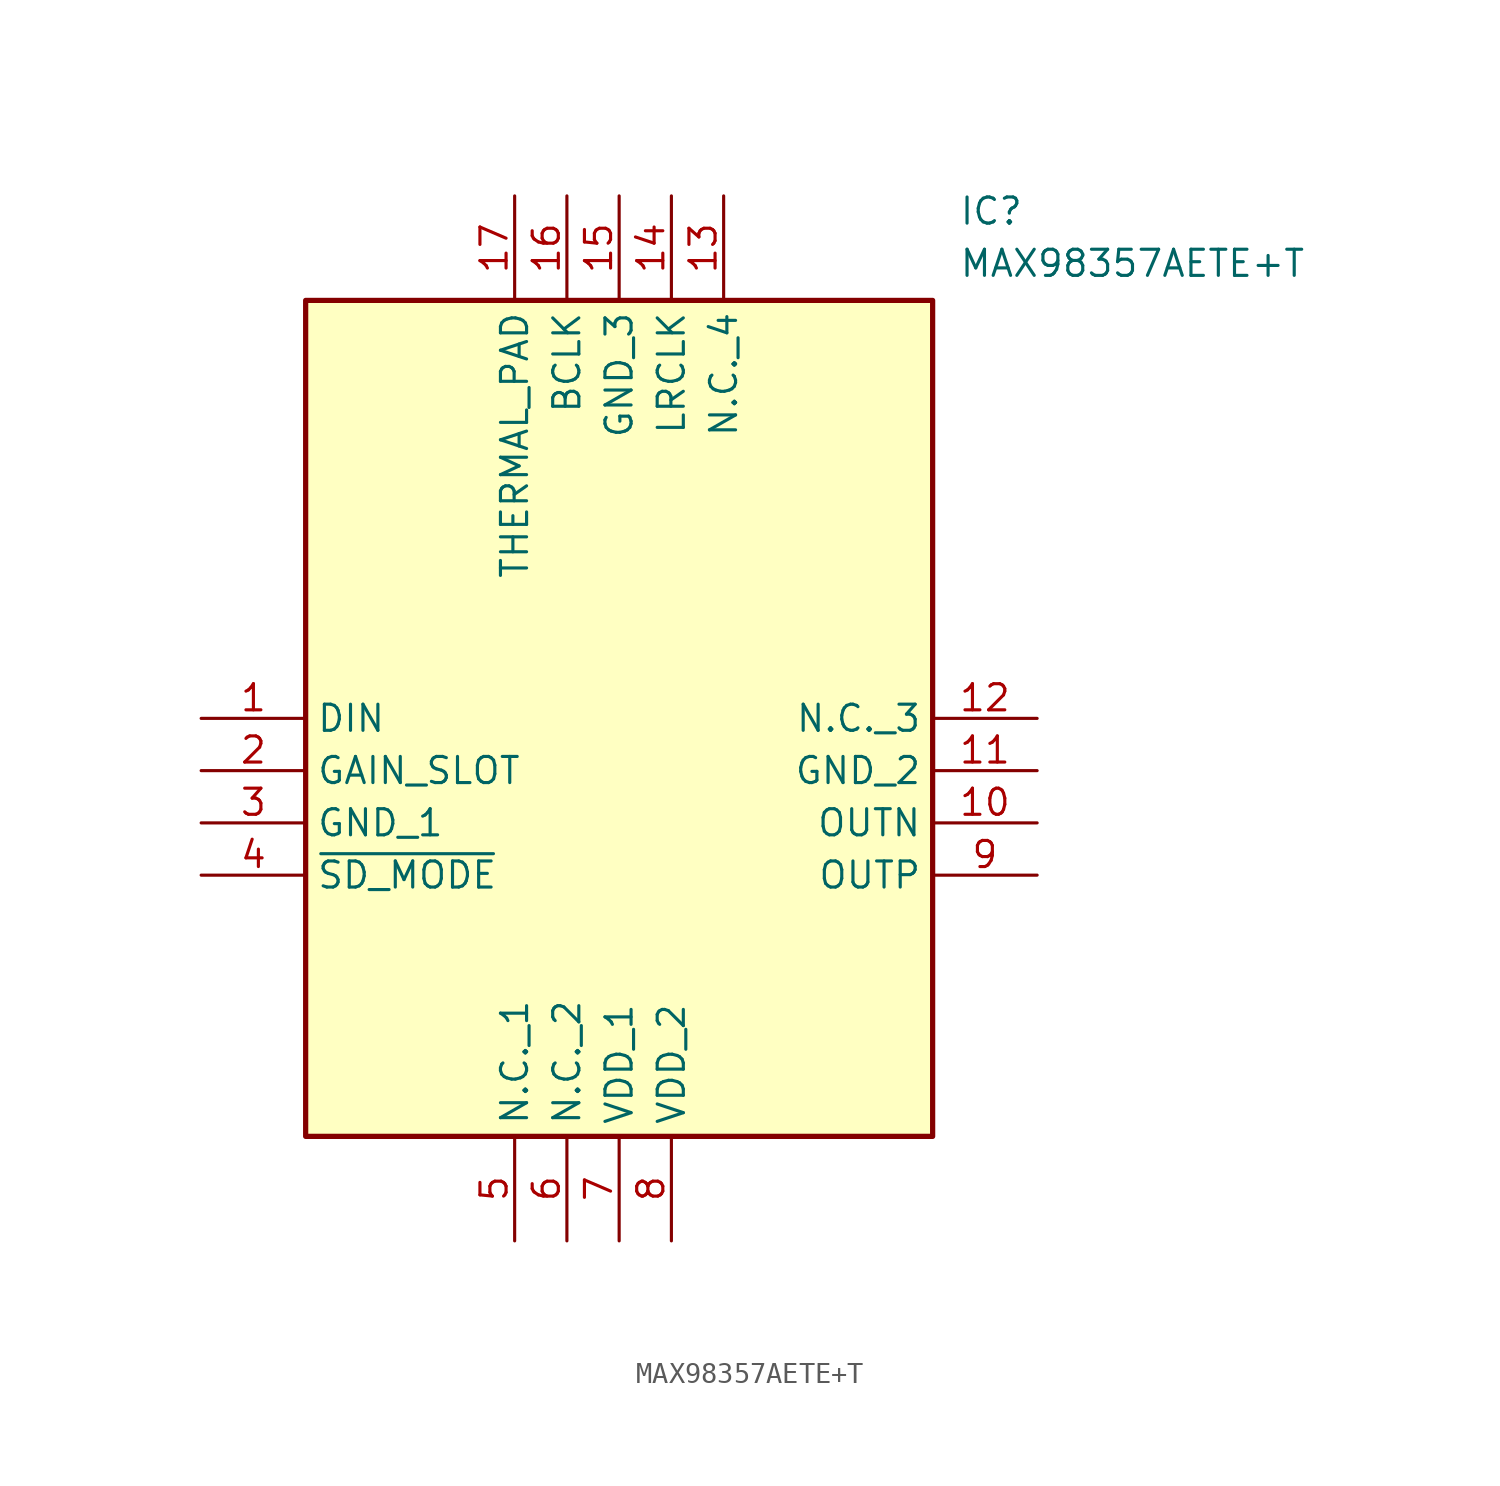
<source format=kicad_sym>
(kicad_symbol_lib
  (version 20220914)
  (generator kicad_symbol_editor)
  (symbol "MAX98357AETE+T"
    (property "Reference" "IC"
      (at 36.83 25.4 0)
      (effects (font (size 1.27 1.27)) (justify left top)))
    (property "Value" "MAX98357AETE+T"
      (at 36.83 22.86 0)
      (effects (font (size 1.27 1.27)) (justify left top)))
    (symbol "MAX98357AETE+T_1_1"
      (rectangle (start 5.08 20.32) (end 35.56 -20.32) (stroke (width 0.254) (type default)) (fill (type background)))
      (pin passive line (at 0 0 0) (length 5.08) (name "DIN" (effects (font (size 1.27 1.27)))) (number "1" (effects (font (size 1.27 1.27)))))
      (pin passive line (at 40.64 -5.08 180) (length 5.08) (name "OUTN" (effects (font (size 1.27 1.27)))) (number "10" (effects (font (size 1.27 1.27)))))
      (pin passive line (at 40.64 -2.54 180) (length 5.08) (name "GND_2" (effects (font (size 1.27 1.27)))) (number "11" (effects (font (size 1.27 1.27)))))
      (pin passive line (at 40.64 0 180) (length 5.08) (name "N.C._3" (effects (font (size 1.27 1.27)))) (number "12" (effects (font (size 1.27 1.27)))))
      (pin passive line (at 25.4 25.4 270) (length 5.08) (name "N.C._4" (effects (font (size 1.27 1.27)))) (number "13" (effects (font (size 1.27 1.27)))))
      (pin passive line (at 22.86 25.4 270) (length 5.08) (name "LRCLK" (effects (font (size 1.27 1.27)))) (number "14" (effects (font (size 1.27 1.27)))))
      (pin passive line (at 20.32 25.4 270) (length 5.08) (name "GND_3" (effects (font (size 1.27 1.27)))) (number "15" (effects (font (size 1.27 1.27)))))
      (pin passive line (at 17.78 25.4 270) (length 5.08) (name "BCLK" (effects (font (size 1.27 1.27)))) (number "16" (effects (font (size 1.27 1.27)))))
      (pin passive line (at 15.24 25.4 270) (length 5.08) (name "THERMAL_PAD" (effects (font (size 1.27 1.27)))) (number "17" (effects (font (size 1.27 1.27)))))
      (pin passive line (at 0 -2.54 0) (length 5.08) (name "GAIN_SLOT" (effects (font (size 1.27 1.27)))) (number "2" (effects (font (size 1.27 1.27)))))
      (pin passive line (at 0 -5.08 0) (length 5.08) (name "GND_1" (effects (font (size 1.27 1.27)))) (number "3" (effects (font (size 1.27 1.27)))))
      (pin passive line (at 0 -7.62 0) (length 5.08) (name "~{SD_MODE}" (effects (font (size 1.27 1.27)))) (number "4" (effects (font (size 1.27 1.27)))))
      (pin passive line (at 15.24 -25.4 90) (length 5.08) (name "N.C._1" (effects (font (size 1.27 1.27)))) (number "5" (effects (font (size 1.27 1.27)))))
      (pin passive line (at 17.78 -25.4 90) (length 5.08) (name "N.C._2" (effects (font (size 1.27 1.27)))) (number "6" (effects (font (size 1.27 1.27)))))
      (pin passive line (at 20.32 -25.4 90) (length 5.08) (name "VDD_1" (effects (font (size 1.27 1.27)))) (number "7" (effects (font (size 1.27 1.27)))))
      (pin passive line (at 22.86 -25.4 90) (length 5.08) (name "VDD_2" (effects (font (size 1.27 1.27)))) (number "8" (effects (font (size 1.27 1.27)))))
      (pin passive line (at 40.64 -7.62 180) (length 5.08) (name "OUTP" (effects (font (size 1.27 1.27)))) (number "9" (effects (font (size 1.27 1.27))))))))
</source>
